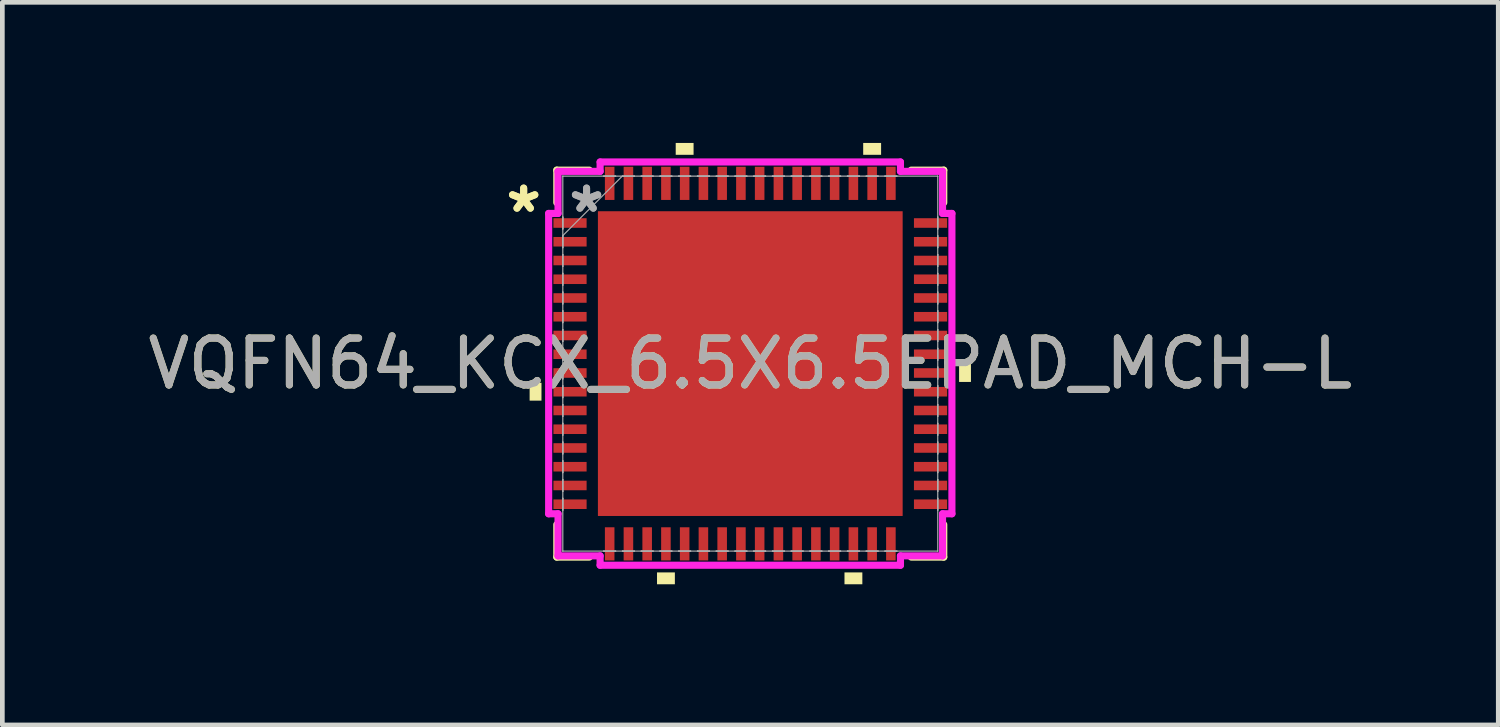
<source format=kicad_pcb>
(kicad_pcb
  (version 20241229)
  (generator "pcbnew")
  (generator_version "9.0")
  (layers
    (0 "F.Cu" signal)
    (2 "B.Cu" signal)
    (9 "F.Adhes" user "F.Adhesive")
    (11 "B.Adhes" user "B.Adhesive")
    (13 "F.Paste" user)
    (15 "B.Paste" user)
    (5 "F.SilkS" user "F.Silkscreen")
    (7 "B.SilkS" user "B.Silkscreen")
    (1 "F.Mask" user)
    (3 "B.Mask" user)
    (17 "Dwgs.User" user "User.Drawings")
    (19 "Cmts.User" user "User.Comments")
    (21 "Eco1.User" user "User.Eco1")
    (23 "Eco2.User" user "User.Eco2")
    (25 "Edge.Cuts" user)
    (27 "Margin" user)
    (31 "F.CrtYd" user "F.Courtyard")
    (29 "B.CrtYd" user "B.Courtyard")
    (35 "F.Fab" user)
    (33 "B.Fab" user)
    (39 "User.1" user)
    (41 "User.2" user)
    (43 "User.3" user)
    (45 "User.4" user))
  (footprint "VQFN64_KCX_6.5X6.5EPAD_MCH-L"
    (layer "F.Cu")
    (at 12.958 4.708)
    (property "Reference" "VQFN64_KCX_6.5X6.5EPAD_MCH-L" (at 0 0 0) (unlocked yes) (layer "F.SilkS") (effects (font (size 1 1) (thickness 0.15))))
    (attr smd)
    (fp_line (start -4.128 -4.128) (end -4.128 -3.435) (stroke (width 0.152) (type solid)) (layer "F.SilkS"))
    (fp_line (start -4.128 3.435) (end -4.128 4.128) (stroke (width 0.152) (type solid)) (layer "F.SilkS"))
    (fp_line (start -4.128 4.128) (end -3.435 4.128) (stroke (width 0.152) (type solid)) (layer "F.SilkS"))
    (fp_line (start -3.435 -4.128) (end -4.128 -4.128) (stroke (width 0.152) (type solid)) (layer "F.SilkS"))
    (fp_line (start 3.435 4.128) (end 4.128 4.128) (stroke (width 0.152) (type solid)) (layer "F.SilkS"))
    (fp_line (start 4.128 -4.128) (end 3.435 -4.128) (stroke (width 0.152) (type solid)) (layer "F.SilkS"))
    (fp_line (start 4.128 -3.435) (end 4.128 -4.128) (stroke (width 0.152) (type solid)) (layer "F.SilkS"))
    (fp_line (start 4.128 4.128) (end 4.128 3.435) (stroke (width 0.152) (type solid)) (layer "F.SilkS"))
    (fp_poly (pts (xy -4.708 0.409) (xy -4.708 0.79) (xy -4.455 0.79) (xy -4.455 0.409)) (stroke (width 0) (type solid)) (fill yes) (layer "F.SilkS"))
    (fp_poly (pts (xy -1.99 4.455) (xy -1.99 4.708) (xy -1.609 4.708) (xy -1.609 4.455)) (stroke (width 0) (type solid)) (fill yes) (layer "F.SilkS"))
    (fp_poly (pts (xy -1.591 -4.455) (xy -1.591 -4.708) (xy -1.21 -4.708) (xy -1.21 -4.455)) (stroke (width 0) (type solid)) (fill yes) (layer "F.SilkS"))
    (fp_poly (pts (xy 2.01 4.455) (xy 2.01 4.708) (xy 2.391 4.708) (xy 2.391 4.455)) (stroke (width 0) (type solid)) (fill yes) (layer "F.SilkS"))
    (fp_poly (pts (xy 2.409 -4.455) (xy 2.409 -4.708) (xy 2.791 -4.708) (xy 2.791 -4.455)) (stroke (width 0) (type solid)) (fill yes) (layer "F.SilkS"))
    (fp_poly (pts (xy 4.708 0.009) (xy 4.708 0.391) (xy 4.455 0.391) (xy 4.455 0.009)) (stroke (width 0) (type solid)) (fill yes) (layer "F.SilkS"))
    (fp_poly (pts (xy -3.151 -3.151) (xy -3.151 -2.051) (xy -2.051 -2.051) (xy -2.051 -3.151)) (stroke (width 0) (type solid)) (fill yes) (layer "F.Paste"))
    (fp_poly (pts (xy -3.151 -1.851) (xy -3.151 -0.75) (xy -2.051 -0.75) (xy -2.051 -1.851)) (stroke (width 0) (type solid)) (fill yes) (layer "F.Paste"))
    (fp_poly (pts (xy -3.151 -0.55) (xy -3.151 0.55) (xy -2.051 0.55) (xy -2.051 -0.55)) (stroke (width 0) (type solid)) (fill yes) (layer "F.Paste"))
    (fp_poly (pts (xy -3.151 0.75) (xy -3.151 1.851) (xy -2.051 1.851) (xy -2.051 0.75)) (stroke (width 0) (type solid)) (fill yes) (layer "F.Paste"))
    (fp_poly (pts (xy -3.151 2.051) (xy -3.151 3.151) (xy -2.051 3.151) (xy -2.051 2.051)) (stroke (width 0) (type solid)) (fill yes) (layer "F.Paste"))
    (fp_poly (pts (xy -1.851 -3.151) (xy -1.851 -2.051) (xy -0.75 -2.051) (xy -0.75 -3.151)) (stroke (width 0) (type solid)) (fill yes) (layer "F.Paste"))
    (fp_poly (pts (xy -1.851 -1.851) (xy -1.851 -0.75) (xy -0.75 -0.75) (xy -0.75 -1.851)) (stroke (width 0) (type solid)) (fill yes) (layer "F.Paste"))
    (fp_poly (pts (xy -1.851 -0.55) (xy -1.851 0.55) (xy -0.75 0.55) (xy -0.75 -0.55)) (stroke (width 0) (type solid)) (fill yes) (layer "F.Paste"))
    (fp_poly (pts (xy -1.851 0.75) (xy -1.851 1.851) (xy -0.75 1.851) (xy -0.75 0.75)) (stroke (width 0) (type solid)) (fill yes) (layer "F.Paste"))
    (fp_poly (pts (xy -1.851 2.051) (xy -1.851 3.151) (xy -0.75 3.151) (xy -0.75 2.051)) (stroke (width 0) (type solid)) (fill yes) (layer "F.Paste"))
    (fp_poly (pts (xy -0.55 -3.151) (xy -0.55 -2.051) (xy 0.55 -2.051) (xy 0.55 -3.151)) (stroke (width 0) (type solid)) (fill yes) (layer "F.Paste"))
    (fp_poly (pts (xy -0.55 -1.851) (xy -0.55 -0.75) (xy 0.55 -0.75) (xy 0.55 -1.851)) (stroke (width 0) (type solid)) (fill yes) (layer "F.Paste"))
    (fp_poly (pts (xy -0.55 -0.55) (xy -0.55 0.55) (xy 0.55 0.55) (xy 0.55 -0.55)) (stroke (width 0) (type solid)) (fill yes) (layer "F.Paste"))
    (fp_poly (pts (xy -0.55 0.75) (xy -0.55 1.851) (xy 0.55 1.851) (xy 0.55 0.75)) (stroke (width 0) (type solid)) (fill yes) (layer "F.Paste"))
    (fp_poly (pts (xy -0.55 2.051) (xy -0.55 3.151) (xy 0.55 3.151) (xy 0.55 2.051)) (stroke (width 0) (type solid)) (fill yes) (layer "F.Paste"))
    (fp_poly (pts (xy 0.75 -3.151) (xy 0.75 -2.051) (xy 1.851 -2.051) (xy 1.851 -3.151)) (stroke (width 0) (type solid)) (fill yes) (layer "F.Paste"))
    (fp_poly (pts (xy 0.75 -1.851) (xy 0.75 -0.75) (xy 1.851 -0.75) (xy 1.851 -1.851)) (stroke (width 0) (type solid)) (fill yes) (layer "F.Paste"))
    (fp_poly (pts (xy 0.75 -0.55) (xy 0.75 0.55) (xy 1.851 0.55) (xy 1.851 -0.55)) (stroke (width 0) (type solid)) (fill yes) (layer "F.Paste"))
    (fp_poly (pts (xy 0.75 0.75) (xy 0.75 1.851) (xy 1.851 1.851) (xy 1.851 0.75)) (stroke (width 0) (type solid)) (fill yes) (layer "F.Paste"))
    (fp_poly (pts (xy 0.75 2.051) (xy 0.75 3.151) (xy 1.851 3.151) (xy 1.851 2.051)) (stroke (width 0) (type solid)) (fill yes) (layer "F.Paste"))
    (fp_poly (pts (xy 2.051 -3.151) (xy 2.051 -2.051) (xy 3.151 -2.051) (xy 3.151 -3.151)) (stroke (width 0) (type solid)) (fill yes) (layer "F.Paste"))
    (fp_poly (pts (xy 2.051 -1.851) (xy 2.051 -0.75) (xy 3.151 -0.75) (xy 3.151 -1.851)) (stroke (width 0) (type solid)) (fill yes) (layer "F.Paste"))
    (fp_poly (pts (xy 2.051 -0.55) (xy 2.051 0.55) (xy 3.151 0.55) (xy 3.151 -0.55)) (stroke (width 0) (type solid)) (fill yes) (layer "F.Paste"))
    (fp_poly (pts (xy 2.051 0.75) (xy 2.051 1.851) (xy 3.151 1.851) (xy 3.151 0.75)) (stroke (width 0) (type solid)) (fill yes) (layer "F.Paste"))
    (fp_poly (pts (xy 2.051 2.051) (xy 2.051 3.151) (xy 3.151 3.151) (xy 3.151 2.051)) (stroke (width 0) (type solid)) (fill yes) (layer "F.Paste"))
    (fp_line (start -4.302 -3.204) (end -4.102 -3.204) (stroke (width 0.152) (type solid)) (layer "F.CrtYd"))
    (fp_line (start -4.302 3.204) (end -4.302 -3.204) (stroke (width 0.152) (type solid)) (layer "F.CrtYd"))
    (fp_line (start -4.102 -4.102) (end -3.204 -4.102) (stroke (width 0.152) (type solid)) (layer "F.CrtYd"))
    (fp_line (start -4.102 -3.204) (end -4.102 -4.102) (stroke (width 0.152) (type solid)) (layer "F.CrtYd"))
    (fp_line (start -4.102 3.204) (end -4.302 3.204) (stroke (width 0.152) (type solid)) (layer "F.CrtYd"))
    (fp_line (start -4.102 4.102) (end -4.102 3.204) (stroke (width 0.152) (type solid)) (layer "F.CrtYd"))
    (fp_line (start -3.204 -4.302) (end 3.204 -4.302) (stroke (width 0.152) (type solid)) (layer "F.CrtYd"))
    (fp_line (start -3.204 -4.102) (end -3.204 -4.302) (stroke (width 0.152) (type solid)) (layer "F.CrtYd"))
    (fp_line (start -3.204 4.102) (end -4.102 4.102) (stroke (width 0.152) (type solid)) (layer "F.CrtYd"))
    (fp_line (start -3.204 4.302) (end -3.204 4.102) (stroke (width 0.152) (type solid)) (layer "F.CrtYd"))
    (fp_line (start 3.204 -4.302) (end 3.204 -4.102) (stroke (width 0.152) (type solid)) (layer "F.CrtYd"))
    (fp_line (start 3.204 -4.102) (end 4.102 -4.102) (stroke (width 0.152) (type solid)) (layer "F.CrtYd"))
    (fp_line (start 3.204 4.102) (end 3.204 4.302) (stroke (width 0.152) (type solid)) (layer "F.CrtYd"))
    (fp_line (start 3.204 4.302) (end -3.204 4.302) (stroke (width 0.152) (type solid)) (layer "F.CrtYd"))
    (fp_line (start 4.102 -4.102) (end 4.102 -3.204) (stroke (width 0.152) (type solid)) (layer "F.CrtYd"))
    (fp_line (start 4.102 -3.204) (end 4.302 -3.204) (stroke (width 0.152) (type solid)) (layer "F.CrtYd"))
    (fp_line (start 4.102 3.204) (end 4.102 4.102) (stroke (width 0.152) (type solid)) (layer "F.CrtYd"))
    (fp_line (start 4.102 4.102) (end 3.204 4.102) (stroke (width 0.152) (type solid)) (layer "F.CrtYd"))
    (fp_line (start 4.302 -3.204) (end 4.302 3.204) (stroke (width 0.152) (type solid)) (layer "F.CrtYd"))
    (fp_line (start 4.302 3.204) (end 4.102 3.204) (stroke (width 0.152) (type solid)) (layer "F.CrtYd"))
    (fp_line (start -4 -4) (end -4 -4) (stroke (width 0.025) (type solid)) (layer "F.Fab"))
    (fp_line (start -4 -4) (end -4 4) (stroke (width 0.025) (type solid)) (layer "F.Fab"))
    (fp_line (start -4 -3.127) (end -4 -3.127) (stroke (width 0.025) (type solid)) (layer "F.Fab"))
    (fp_line (start -4 -3.127) (end -4 -2.873) (stroke (width 0.025) (type solid)) (layer "F.Fab"))
    (fp_line (start -4 -2.873) (end -4 -3.127) (stroke (width 0.025) (type solid)) (layer "F.Fab"))
    (fp_line (start -4 -2.873) (end -4 -2.873) (stroke (width 0.025) (type solid)) (layer "F.Fab"))
    (fp_line (start -4 -2.731) (end -2.731 -4) (stroke (width 0.025) (type solid)) (layer "F.Fab"))
    (fp_line (start -4 -2.727) (end -4 -2.727) (stroke (width 0.025) (type solid)) (layer "F.Fab"))
    (fp_line (start -4 -2.727) (end -4 -2.473) (stroke (width 0.025) (type solid)) (layer "F.Fab"))
    (fp_line (start -4 -2.473) (end -4 -2.727) (stroke (width 0.025) (type solid)) (layer "F.Fab"))
    (fp_line (start -4 -2.473) (end -4 -2.473) (stroke (width 0.025) (type solid)) (layer "F.Fab"))
    (fp_line (start -4 -2.327) (end -4 -2.327) (stroke (width 0.025) (type solid)) (layer "F.Fab"))
    (fp_line (start -4 -2.327) (end -4 -2.073) (stroke (width 0.025) (type solid)) (layer "F.Fab"))
    (fp_line (start -4 -2.073) (end -4 -2.327) (stroke (width 0.025) (type solid)) (layer "F.Fab"))
    (fp_line (start -4 -2.073) (end -4 -2.073) (stroke (width 0.025) (type solid)) (layer "F.Fab"))
    (fp_line (start -4 -1.927) (end -4 -1.927) (stroke (width 0.025) (type solid)) (layer "F.Fab"))
    (fp_line (start -4 -1.927) (end -4 -1.673) (stroke (width 0.025) (type solid)) (layer "F.Fab"))
    (fp_line (start -4 -1.673) (end -4 -1.927) (stroke (width 0.025) (type solid)) (layer "F.Fab"))
    (fp_line (start -4 -1.673) (end -4 -1.673) (stroke (width 0.025) (type solid)) (layer "F.Fab"))
    (fp_line (start -4 -1.527) (end -4 -1.527) (stroke (width 0.025) (type solid)) (layer "F.Fab"))
    (fp_line (start -4 -1.527) (end -4 -1.273) (stroke (width 0.025) (type solid)) (layer "F.Fab"))
    (fp_line (start -4 -1.273) (end -4 -1.527) (stroke (width 0.025) (type solid)) (layer "F.Fab"))
    (fp_line (start -4 -1.273) (end -4 -1.273) (stroke (width 0.025) (type solid)) (layer "F.Fab"))
    (fp_line (start -4 -1.127) (end -4 -1.127) (stroke (width 0.025) (type solid)) (layer "F.Fab"))
    (fp_line (start -4 -1.127) (end -4 -0.873) (stroke (width 0.025) (type solid)) (layer "F.Fab"))
    (fp_line (start -4 -0.873) (end -4 -1.127) (stroke (width 0.025) (type solid)) (layer "F.Fab"))
    (fp_line (start -4 -0.873) (end -4 -0.873) (stroke (width 0.025) (type solid)) (layer "F.Fab"))
    (fp_line (start -4 -0.727) (end -4 -0.727) (stroke (width 0.025) (type solid)) (layer "F.Fab"))
    (fp_line (start -4 -0.727) (end -4 -0.473) (stroke (width 0.025) (type solid)) (layer "F.Fab"))
    (fp_line (start -4 -0.473) (end -4 -0.727) (stroke (width 0.025) (type solid)) (layer "F.Fab"))
    (fp_line (start -4 -0.473) (end -4 -0.473) (stroke (width 0.025) (type solid)) (layer "F.Fab"))
    (fp_line (start -4 -0.327) (end -4 -0.327) (stroke (width 0.025) (type solid)) (layer "F.Fab"))
    (fp_line (start -4 -0.327) (end -4 -0.073) (stroke (width 0.025) (type solid)) (layer "F.Fab"))
    (fp_line (start -4 -0.073) (end -4 -0.327) (stroke (width 0.025) (type solid)) (layer "F.Fab"))
    (fp_line (start -4 -0.073) (end -4 -0.073) (stroke (width 0.025) (type solid)) (layer "F.Fab"))
    (fp_line (start -4 0.073) (end -4 0.073) (stroke (width 0.025) (type solid)) (layer "F.Fab"))
    (fp_line (start -4 0.073) (end -4 0.327) (stroke (width 0.025) (type solid)) (layer "F.Fab"))
    (fp_line (start -4 0.327) (end -4 0.073) (stroke (width 0.025) (type solid)) (layer "F.Fab"))
    (fp_line (start -4 0.327) (end -4 0.327) (stroke (width 0.025) (type solid)) (layer "F.Fab"))
    (fp_line (start -4 0.473) (end -4 0.473) (stroke (width 0.025) (type solid)) (layer "F.Fab"))
    (fp_line (start -4 0.473) (end -4 0.727) (stroke (width 0.025) (type solid)) (layer "F.Fab"))
    (fp_line (start -4 0.727) (end -4 0.473) (stroke (width 0.025) (type solid)) (layer "F.Fab"))
    (fp_line (start -4 0.727) (end -4 0.727) (stroke (width 0.025) (type solid)) (layer "F.Fab"))
    (fp_line (start -4 0.873) (end -4 0.873) (stroke (width 0.025) (type solid)) (layer "F.Fab"))
    (fp_line (start -4 0.873) (end -4 1.127) (stroke (width 0.025) (type solid)) (layer "F.Fab"))
    (fp_line (start -4 1.127) (end -4 0.873) (stroke (width 0.025) (type solid)) (layer "F.Fab"))
    (fp_line (start -4 1.127) (end -4 1.127) (stroke (width 0.025) (type solid)) (layer "F.Fab"))
    (fp_line (start -4 1.273) (end -4 1.273) (stroke (width 0.025) (type solid)) (layer "F.Fab"))
    (fp_line (start -4 1.273) (end -4 1.527) (stroke (width 0.025) (type solid)) (layer "F.Fab"))
    (fp_line (start -4 1.527) (end -4 1.273) (stroke (width 0.025) (type solid)) (layer "F.Fab"))
    (fp_line (start -4 1.527) (end -4 1.527) (stroke (width 0.025) (type solid)) (layer "F.Fab"))
    (fp_line (start -4 1.673) (end -4 1.673) (stroke (width 0.025) (type solid)) (layer "F.Fab"))
    (fp_line (start -4 1.673) (end -4 1.927) (stroke (width 0.025) (type solid)) (layer "F.Fab"))
    (fp_line (start -4 1.927) (end -4 1.673) (stroke (width 0.025) (type solid)) (layer "F.Fab"))
    (fp_line (start -4 1.927) (end -4 1.927) (stroke (width 0.025) (type solid)) (layer "F.Fab"))
    (fp_line (start -4 2.073) (end -4 2.073) (stroke (width 0.025) (type solid)) (layer "F.Fab"))
    (fp_line (start -4 2.073) (end -4 2.327) (stroke (width 0.025) (type solid)) (layer "F.Fab"))
    (fp_line (start -4 2.327) (end -4 2.073) (stroke (width 0.025) (type solid)) (layer "F.Fab"))
    (fp_line (start -4 2.327) (end -4 2.327) (stroke (width 0.025) (type solid)) (layer "F.Fab"))
    (fp_line (start -4 2.473) (end -4 2.473) (stroke (width 0.025) (type solid)) (layer "F.Fab"))
    (fp_line (start -4 2.473) (end -4 2.727) (stroke (width 0.025) (type solid)) (layer "F.Fab"))
    (fp_line (start -4 2.727) (end -4 2.473) (stroke (width 0.025) (type solid)) (layer "F.Fab"))
    (fp_line (start -4 2.727) (end -4 2.727) (stroke (width 0.025) (type solid)) (layer "F.Fab"))
    (fp_line (start -4 2.873) (end -4 2.873) (stroke (width 0.025) (type solid)) (layer "F.Fab"))
    (fp_line (start -4 2.873) (end -4 3.127) (stroke (width 0.025) (type solid)) (layer "F.Fab"))
    (fp_line (start -4 3.127) (end -4 2.873) (stroke (width 0.025) (type solid)) (layer "F.Fab"))
    (fp_line (start -4 3.127) (end -4 3.127) (stroke (width 0.025) (type solid)) (layer "F.Fab"))
    (fp_line (start -4 4) (end -4 4) (stroke (width 0.025) (type solid)) (layer "F.Fab"))
    (fp_line (start -4 4) (end 4 4) (stroke (width 0.025) (type solid)) (layer "F.Fab"))
    (fp_line (start -3.127 -4) (end -3.127 -4) (stroke (width 0.025) (type solid)) (layer "F.Fab"))
    (fp_line (start -3.127 -4) (end -2.873 -4) (stroke (width 0.025) (type solid)) (layer "F.Fab"))
    (fp_line (start -3.127 4) (end -3.127 4) (stroke (width 0.025) (type solid)) (layer "F.Fab"))
    (fp_line (start -3.127 4) (end -2.873 4) (stroke (width 0.025) (type solid)) (layer "F.Fab"))
    (fp_line (start -2.873 -4) (end -3.127 -4) (stroke (width 0.025) (type solid)) (layer "F.Fab"))
    (fp_line (start -2.873 -4) (end -2.873 -4) (stroke (width 0.025) (type solid)) (layer "F.Fab"))
    (fp_line (start -2.873 4) (end -3.127 4) (stroke (width 0.025) (type solid)) (layer "F.Fab"))
    (fp_line (start -2.873 4) (end -2.873 4) (stroke (width 0.025) (type solid)) (layer "F.Fab"))
    (fp_line (start -2.727 -4) (end -2.727 -4) (stroke (width 0.025) (type solid)) (layer "F.Fab"))
    (fp_line (start -2.727 -4) (end -2.473 -4) (stroke (width 0.025) (type solid)) (layer "F.Fab"))
    (fp_line (start -2.727 4) (end -2.727 4) (stroke (width 0.025) (type solid)) (layer "F.Fab"))
    (fp_line (start -2.727 4) (end -2.473 4) (stroke (width 0.025) (type solid)) (layer "F.Fab"))
    (fp_line (start -2.473 -4) (end -2.727 -4) (stroke (width 0.025) (type solid)) (layer "F.Fab"))
    (fp_line (start -2.473 -4) (end -2.473 -4) (stroke (width 0.025) (type solid)) (layer "F.Fab"))
    (fp_line (start -2.473 4) (end -2.727 4) (stroke (width 0.025) (type solid)) (layer "F.Fab"))
    (fp_line (start -2.473 4) (end -2.473 4) (stroke (width 0.025) (type solid)) (layer "F.Fab"))
    (fp_line (start -2.327 -4) (end -2.327 -4) (stroke (width 0.025) (type solid)) (layer "F.Fab"))
    (fp_line (start -2.327 -4) (end -2.073 -4) (stroke (width 0.025) (type solid)) (layer "F.Fab"))
    (fp_line (start -2.327 4) (end -2.327 4) (stroke (width 0.025) (type solid)) (layer "F.Fab"))
    (fp_line (start -2.327 4) (end -2.073 4) (stroke (width 0.025) (type solid)) (layer "F.Fab"))
    (fp_line (start -2.073 -4) (end -2.327 -4) (stroke (width 0.025) (type solid)) (layer "F.Fab"))
    (fp_line (start -2.073 -4) (end -2.073 -4) (stroke (width 0.025) (type solid)) (layer "F.Fab"))
    (fp_line (start -2.073 4) (end -2.327 4) (stroke (width 0.025) (type solid)) (layer "F.Fab"))
    (fp_line (start -2.073 4) (end -2.073 4) (stroke (width 0.025) (type solid)) (layer "F.Fab"))
    (fp_line (start -1.927 -4) (end -1.927 -4) (stroke (width 0.025) (type solid)) (layer "F.Fab"))
    (fp_line (start -1.927 -4) (end -1.673 -4) (stroke (width 0.025) (type solid)) (layer "F.Fab"))
    (fp_line (start -1.927 4) (end -1.927 4) (stroke (width 0.025) (type solid)) (layer "F.Fab"))
    (fp_line (start -1.927 4) (end -1.673 4) (stroke (width 0.025) (type solid)) (layer "F.Fab"))
    (fp_line (start -1.673 -4) (end -1.927 -4) (stroke (width 0.025) (type solid)) (layer "F.Fab"))
    (fp_line (start -1.673 -4) (end -1.673 -4) (stroke (width 0.025) (type solid)) (layer "F.Fab"))
    (fp_line (start -1.673 4) (end -1.927 4) (stroke (width 0.025) (type solid)) (layer "F.Fab"))
    (fp_line (start -1.673 4) (end -1.673 4) (stroke (width 0.025) (type solid)) (layer "F.Fab"))
    (fp_line (start -1.527 -4) (end -1.527 -4) (stroke (width 0.025) (type solid)) (layer "F.Fab"))
    (fp_line (start -1.527 -4) (end -1.273 -4) (stroke (width 0.025) (type solid)) (layer "F.Fab"))
    (fp_line (start -1.527 4) (end -1.527 4) (stroke (width 0.025) (type solid)) (layer "F.Fab"))
    (fp_line (start -1.527 4) (end -1.273 4) (stroke (width 0.025) (type solid)) (layer "F.Fab"))
    (fp_line (start -1.273 -4) (end -1.527 -4) (stroke (width 0.025) (type solid)) (layer "F.Fab"))
    (fp_line (start -1.273 -4) (end -1.273 -4) (stroke (width 0.025) (type solid)) (layer "F.Fab"))
    (fp_line (start -1.273 4) (end -1.527 4) (stroke (width 0.025) (type solid)) (layer "F.Fab"))
    (fp_line (start -1.273 4) (end -1.273 4) (stroke (width 0.025) (type solid)) (layer "F.Fab"))
    (fp_line (start -1.127 -4) (end -1.127 -4) (stroke (width 0.025) (type solid)) (layer "F.Fab"))
    (fp_line (start -1.127 -4) (end -0.873 -4) (stroke (width 0.025) (type solid)) (layer "F.Fab"))
    (fp_line (start -1.127 4) (end -1.127 4) (stroke (width 0.025) (type solid)) (layer "F.Fab"))
    (fp_line (start -1.127 4) (end -0.873 4) (stroke (width 0.025) (type solid)) (layer "F.Fab"))
    (fp_line (start -0.873 -4) (end -1.127 -4) (stroke (width 0.025) (type solid)) (layer "F.Fab"))
    (fp_line (start -0.873 -4) (end -0.873 -4) (stroke (width 0.025) (type solid)) (layer "F.Fab"))
    (fp_line (start -0.873 4) (end -1.127 4) (stroke (width 0.025) (type solid)) (layer "F.Fab"))
    (fp_line (start -0.873 4) (end -0.873 4) (stroke (width 0.025) (type solid)) (layer "F.Fab"))
    (fp_line (start -0.727 -4) (end -0.727 -4) (stroke (width 0.025) (type solid)) (layer "F.Fab"))
    (fp_line (start -0.727 -4) (end -0.473 -4) (stroke (width 0.025) (type solid)) (layer "F.Fab"))
    (fp_line (start -0.727 4) (end -0.727 4) (stroke (width 0.025) (type solid)) (layer "F.Fab"))
    (fp_line (start -0.727 4) (end -0.473 4) (stroke (width 0.025) (type solid)) (layer "F.Fab"))
    (fp_line (start -0.473 -4) (end -0.727 -4) (stroke (width 0.025) (type solid)) (layer "F.Fab"))
    (fp_line (start -0.473 -4) (end -0.473 -4) (stroke (width 0.025) (type solid)) (layer "F.Fab"))
    (fp_line (start -0.473 4) (end -0.727 4) (stroke (width 0.025) (type solid)) (layer "F.Fab"))
    (fp_line (start -0.473 4) (end -0.473 4) (stroke (width 0.025) (type solid)) (layer "F.Fab"))
    (fp_line (start -0.327 -4) (end -0.327 -4) (stroke (width 0.025) (type solid)) (layer "F.Fab"))
    (fp_line (start -0.327 -4) (end -0.073 -4) (stroke (width 0.025) (type solid)) (layer "F.Fab"))
    (fp_line (start -0.327 4) (end -0.327 4) (stroke (width 0.025) (type solid)) (layer "F.Fab"))
    (fp_line (start -0.327 4) (end -0.073 4) (stroke (width 0.025) (type solid)) (layer "F.Fab"))
    (fp_line (start -0.073 -4) (end -0.327 -4) (stroke (width 0.025) (type solid)) (layer "F.Fab"))
    (fp_line (start -0.073 -4) (end -0.073 -4) (stroke (width 0.025) (type solid)) (layer "F.Fab"))
    (fp_line (start -0.073 4) (end -0.327 4) (stroke (width 0.025) (type solid)) (layer "F.Fab"))
    (fp_line (start -0.073 4) (end -0.073 4) (stroke (width 0.025) (type solid)) (layer "F.Fab"))
    (fp_line (start 0.073 -4) (end 0.073 -4) (stroke (width 0.025) (type solid)) (layer "F.Fab"))
    (fp_line (start 0.073 -4) (end 0.327 -4) (stroke (width 0.025) (type solid)) (layer "F.Fab"))
    (fp_line (start 0.073 4) (end 0.073 4) (stroke (width 0.025) (type solid)) (layer "F.Fab"))
    (fp_line (start 0.073 4) (end 0.327 4) (stroke (width 0.025) (type solid)) (layer "F.Fab"))
    (fp_line (start 0.327 -4) (end 0.073 -4) (stroke (width 0.025) (type solid)) (layer "F.Fab"))
    (fp_line (start 0.327 -4) (end 0.327 -4) (stroke (width 0.025) (type solid)) (layer "F.Fab"))
    (fp_line (start 0.327 4) (end 0.073 4) (stroke (width 0.025) (type solid)) (layer "F.Fab"))
    (fp_line (start 0.327 4) (end 0.327 4) (stroke (width 0.025) (type solid)) (layer "F.Fab"))
    (fp_line (start 0.473 -4) (end 0.473 -4) (stroke (width 0.025) (type solid)) (layer "F.Fab"))
    (fp_line (start 0.473 -4) (end 0.727 -4) (stroke (width 0.025) (type solid)) (layer "F.Fab"))
    (fp_line (start 0.473 4) (end 0.473 4) (stroke (width 0.025) (type solid)) (layer "F.Fab"))
    (fp_line (start 0.473 4) (end 0.727 4) (stroke (width 0.025) (type solid)) (layer "F.Fab"))
    (fp_line (start 0.727 -4) (end 0.473 -4) (stroke (width 0.025) (type solid)) (layer "F.Fab"))
    (fp_line (start 0.727 -4) (end 0.727 -4) (stroke (width 0.025) (type solid)) (layer "F.Fab"))
    (fp_line (start 0.727 4) (end 0.473 4) (stroke (width 0.025) (type solid)) (layer "F.Fab"))
    (fp_line (start 0.727 4) (end 0.727 4) (stroke (width 0.025) (type solid)) (layer "F.Fab"))
    (fp_line (start 0.873 -4) (end 0.873 -4) (stroke (width 0.025) (type solid)) (layer "F.Fab"))
    (fp_line (start 0.873 -4) (end 1.127 -4) (stroke (width 0.025) (type solid)) (layer "F.Fab"))
    (fp_line (start 0.873 4) (end 0.873 4) (stroke (width 0.025) (type solid)) (layer "F.Fab"))
    (fp_line (start 0.873 4) (end 1.127 4) (stroke (width 0.025) (type solid)) (layer "F.Fab"))
    (fp_line (start 1.127 -4) (end 0.873 -4) (stroke (width 0.025) (type solid)) (layer "F.Fab"))
    (fp_line (start 1.127 -4) (end 1.127 -4) (stroke (width 0.025) (type solid)) (layer "F.Fab"))
    (fp_line (start 1.127 4) (end 0.873 4) (stroke (width 0.025) (type solid)) (layer "F.Fab"))
    (fp_line (start 1.127 4) (end 1.127 4) (stroke (width 0.025) (type solid)) (layer "F.Fab"))
    (fp_line (start 1.273 -4) (end 1.273 -4) (stroke (width 0.025) (type solid)) (layer "F.Fab"))
    (fp_line (start 1.273 -4) (end 1.527 -4) (stroke (width 0.025) (type solid)) (layer "F.Fab"))
    (fp_line (start 1.273 4) (end 1.273 4) (stroke (width 0.025) (type solid)) (layer "F.Fab"))
    (fp_line (start 1.273 4) (end 1.527 4) (stroke (width 0.025) (type solid)) (layer "F.Fab"))
    (fp_line (start 1.527 -4) (end 1.273 -4) (stroke (width 0.025) (type solid)) (layer "F.Fab"))
    (fp_line (start 1.527 -4) (end 1.527 -4) (stroke (width 0.025) (type solid)) (layer "F.Fab"))
    (fp_line (start 1.527 4) (end 1.273 4) (stroke (width 0.025) (type solid)) (layer "F.Fab"))
    (fp_line (start 1.527 4) (end 1.527 4) (stroke (width 0.025) (type solid)) (layer "F.Fab"))
    (fp_line (start 1.673 -4) (end 1.673 -4) (stroke (width 0.025) (type solid)) (layer "F.Fab"))
    (fp_line (start 1.673 -4) (end 1.927 -4) (stroke (width 0.025) (type solid)) (layer "F.Fab"))
    (fp_line (start 1.673 4) (end 1.673 4) (stroke (width 0.025) (type solid)) (layer "F.Fab"))
    (fp_line (start 1.673 4) (end 1.927 4) (stroke (width 0.025) (type solid)) (layer "F.Fab"))
    (fp_line (start 1.927 -4) (end 1.673 -4) (stroke (width 0.025) (type solid)) (layer "F.Fab"))
    (fp_line (start 1.927 -4) (end 1.927 -4) (stroke (width 0.025) (type solid)) (layer "F.Fab"))
    (fp_line (start 1.927 4) (end 1.673 4) (stroke (width 0.025) (type solid)) (layer "F.Fab"))
    (fp_line (start 1.927 4) (end 1.927 4) (stroke (width 0.025) (type solid)) (layer "F.Fab"))
    (fp_line (start 2.073 -4) (end 2.073 -4) (stroke (width 0.025) (type solid)) (layer "F.Fab"))
    (fp_line (start 2.073 -4) (end 2.327 -4) (stroke (width 0.025) (type solid)) (layer "F.Fab"))
    (fp_line (start 2.073 4) (end 2.073 4) (stroke (width 0.025) (type solid)) (layer "F.Fab"))
    (fp_line (start 2.073 4) (end 2.327 4) (stroke (width 0.025) (type solid)) (layer "F.Fab"))
    (fp_line (start 2.327 -4) (end 2.073 -4) (stroke (width 0.025) (type solid)) (layer "F.Fab"))
    (fp_line (start 2.327 -4) (end 2.327 -4) (stroke (width 0.025) (type solid)) (layer "F.Fab"))
    (fp_line (start 2.327 4) (end 2.073 4) (stroke (width 0.025) (type solid)) (layer "F.Fab"))
    (fp_line (start 2.327 4) (end 2.327 4) (stroke (width 0.025) (type solid)) (layer "F.Fab"))
    (fp_line (start 2.473 -4) (end 2.473 -4) (stroke (width 0.025) (type solid)) (layer "F.Fab"))
    (fp_line (start 2.473 -4) (end 2.727 -4) (stroke (width 0.025) (type solid)) (layer "F.Fab"))
    (fp_line (start 2.473 4) (end 2.473 4) (stroke (width 0.025) (type solid)) (layer "F.Fab"))
    (fp_line (start 2.473 4) (end 2.727 4) (stroke (width 0.025) (type solid)) (layer "F.Fab"))
    (fp_line (start 2.727 -4) (end 2.473 -4) (stroke (width 0.025) (type solid)) (layer "F.Fab"))
    (fp_line (start 2.727 -4) (end 2.727 -4) (stroke (width 0.025) (type solid)) (layer "F.Fab"))
    (fp_line (start 2.727 4) (end 2.473 4) (stroke (width 0.025) (type solid)) (layer "F.Fab"))
    (fp_line (start 2.727 4) (end 2.727 4) (stroke (width 0.025) (type solid)) (layer "F.Fab"))
    (fp_line (start 2.873 -4) (end 2.873 -4) (stroke (width 0.025) (type solid)) (layer "F.Fab"))
    (fp_line (start 2.873 -4) (end 3.127 -4) (stroke (width 0.025) (type solid)) (layer "F.Fab"))
    (fp_line (start 2.873 4) (end 2.873 4) (stroke (width 0.025) (type solid)) (layer "F.Fab"))
    (fp_line (start 2.873 4) (end 3.127 4) (stroke (width 0.025) (type solid)) (layer "F.Fab"))
    (fp_line (start 3.127 -4) (end 2.873 -4) (stroke (width 0.025) (type solid)) (layer "F.Fab"))
    (fp_line (start 3.127 -4) (end 3.127 -4) (stroke (width 0.025) (type solid)) (layer "F.Fab"))
    (fp_line (start 3.127 4) (end 2.873 4) (stroke (width 0.025) (type solid)) (layer "F.Fab"))
    (fp_line (start 3.127 4) (end 3.127 4) (stroke (width 0.025) (type solid)) (layer "F.Fab"))
    (fp_line (start 4 -4) (end -4 -4) (stroke (width 0.025) (type solid)) (layer "F.Fab"))
    (fp_line (start 4 -4) (end 4 -4) (stroke (width 0.025) (type solid)) (layer "F.Fab"))
    (fp_line (start 4 -3.127) (end 4 -3.127) (stroke (width 0.025) (type solid)) (layer "F.Fab"))
    (fp_line (start 4 -3.127) (end 4 -2.873) (stroke (width 0.025) (type solid)) (layer "F.Fab"))
    (fp_line (start 4 -2.873) (end 4 -3.127) (stroke (width 0.025) (type solid)) (layer "F.Fab"))
    (fp_line (start 4 -2.873) (end 4 -2.873) (stroke (width 0.025) (type solid)) (layer "F.Fab"))
    (fp_line (start 4 -2.727) (end 4 -2.727) (stroke (width 0.025) (type solid)) (layer "F.Fab"))
    (fp_line (start 4 -2.727) (end 4 -2.473) (stroke (width 0.025) (type solid)) (layer "F.Fab"))
    (fp_line (start 4 -2.473) (end 4 -2.727) (stroke (width 0.025) (type solid)) (layer "F.Fab"))
    (fp_line (start 4 -2.473) (end 4 -2.473) (stroke (width 0.025) (type solid)) (layer "F.Fab"))
    (fp_line (start 4 -2.327) (end 4 -2.327) (stroke (width 0.025) (type solid)) (layer "F.Fab"))
    (fp_line (start 4 -2.327) (end 4 -2.073) (stroke (width 0.025) (type solid)) (layer "F.Fab"))
    (fp_line (start 4 -2.073) (end 4 -2.327) (stroke (width 0.025) (type solid)) (layer "F.Fab"))
    (fp_line (start 4 -2.073) (end 4 -2.073) (stroke (width 0.025) (type solid)) (layer "F.Fab"))
    (fp_line (start 4 -1.927) (end 4 -1.927) (stroke (width 0.025) (type solid)) (layer "F.Fab"))
    (fp_line (start 4 -1.927) (end 4 -1.673) (stroke (width 0.025) (type solid)) (layer "F.Fab"))
    (fp_line (start 4 -1.673) (end 4 -1.927) (stroke (width 0.025) (type solid)) (layer "F.Fab"))
    (fp_line (start 4 -1.673) (end 4 -1.673) (stroke (width 0.025) (type solid)) (layer "F.Fab"))
    (fp_line (start 4 -1.527) (end 4 -1.527) (stroke (width 0.025) (type solid)) (layer "F.Fab"))
    (fp_line (start 4 -1.527) (end 4 -1.273) (stroke (width 0.025) (type solid)) (layer "F.Fab"))
    (fp_line (start 4 -1.273) (end 4 -1.527) (stroke (width 0.025) (type solid)) (layer "F.Fab"))
    (fp_line (start 4 -1.273) (end 4 -1.273) (stroke (width 0.025) (type solid)) (layer "F.Fab"))
    (fp_line (start 4 -1.127) (end 4 -1.127) (stroke (width 0.025) (type solid)) (layer "F.Fab"))
    (fp_line (start 4 -1.127) (end 4 -0.873) (stroke (width 0.025) (type solid)) (layer "F.Fab"))
    (fp_line (start 4 -0.873) (end 4 -1.127) (stroke (width 0.025) (type solid)) (layer "F.Fab"))
    (fp_line (start 4 -0.873) (end 4 -0.873) (stroke (width 0.025) (type solid)) (layer "F.Fab"))
    (fp_line (start 4 -0.727) (end 4 -0.727) (stroke (width 0.025) (type solid)) (layer "F.Fab"))
    (fp_line (start 4 -0.727) (end 4 -0.473) (stroke (width 0.025) (type solid)) (layer "F.Fab"))
    (fp_line (start 4 -0.473) (end 4 -0.727) (stroke (width 0.025) (type solid)) (layer "F.Fab"))
    (fp_line (start 4 -0.473) (end 4 -0.473) (stroke (width 0.025) (type solid)) (layer "F.Fab"))
    (fp_line (start 4 -0.327) (end 4 -0.327) (stroke (width 0.025) (type solid)) (layer "F.Fab"))
    (fp_line (start 4 -0.327) (end 4 -0.073) (stroke (width 0.025) (type solid)) (layer "F.Fab"))
    (fp_line (start 4 -0.073) (end 4 -0.327) (stroke (width 0.025) (type solid)) (layer "F.Fab"))
    (fp_line (start 4 -0.073) (end 4 -0.073) (stroke (width 0.025) (type solid)) (layer "F.Fab"))
    (fp_line (start 4 0.073) (end 4 0.073) (stroke (width 0.025) (type solid)) (layer "F.Fab"))
    (fp_line (start 4 0.073) (end 4 0.327) (stroke (width 0.025) (type solid)) (layer "F.Fab"))
    (fp_line (start 4 0.327) (end 4 0.073) (stroke (width 0.025) (type solid)) (layer "F.Fab"))
    (fp_line (start 4 0.327) (end 4 0.327) (stroke (width 0.025) (type solid)) (layer "F.Fab"))
    (fp_line (start 4 0.473) (end 4 0.473) (stroke (width 0.025) (type solid)) (layer "F.Fab"))
    (fp_line (start 4 0.473) (end 4 0.727) (stroke (width 0.025) (type solid)) (layer "F.Fab"))
    (fp_line (start 4 0.727) (end 4 0.473) (stroke (width 0.025) (type solid)) (layer "F.Fab"))
    (fp_line (start 4 0.727) (end 4 0.727) (stroke (width 0.025) (type solid)) (layer "F.Fab"))
    (fp_line (start 4 0.873) (end 4 0.873) (stroke (width 0.025) (type solid)) (layer "F.Fab"))
    (fp_line (start 4 0.873) (end 4 1.127) (stroke (width 0.025) (type solid)) (layer "F.Fab"))
    (fp_line (start 4 1.127) (end 4 0.873) (stroke (width 0.025) (type solid)) (layer "F.Fab"))
    (fp_line (start 4 1.127) (end 4 1.127) (stroke (width 0.025) (type solid)) (layer "F.Fab"))
    (fp_line (start 4 1.273) (end 4 1.273) (stroke (width 0.025) (type solid)) (layer "F.Fab"))
    (fp_line (start 4 1.273) (end 4 1.527) (stroke (width 0.025) (type solid)) (layer "F.Fab"))
    (fp_line (start 4 1.527) (end 4 1.273) (stroke (width 0.025) (type solid)) (layer "F.Fab"))
    (fp_line (start 4 1.527) (end 4 1.527) (stroke (width 0.025) (type solid)) (layer "F.Fab"))
    (fp_line (start 4 1.673) (end 4 1.673) (stroke (width 0.025) (type solid)) (layer "F.Fab"))
    (fp_line (start 4 1.673) (end 4 1.927) (stroke (width 0.025) (type solid)) (layer "F.Fab"))
    (fp_line (start 4 1.927) (end 4 1.673) (stroke (width 0.025) (type solid)) (layer "F.Fab"))
    (fp_line (start 4 1.927) (end 4 1.927) (stroke (width 0.025) (type solid)) (layer "F.Fab"))
    (fp_line (start 4 2.073) (end 4 2.073) (stroke (width 0.025) (type solid)) (layer "F.Fab"))
    (fp_line (start 4 2.073) (end 4 2.327) (stroke (width 0.025) (type solid)) (layer "F.Fab"))
    (fp_line (start 4 2.327) (end 4 2.073) (stroke (width 0.025) (type solid)) (layer "F.Fab"))
    (fp_line (start 4 2.327) (end 4 2.327) (stroke (width 0.025) (type solid)) (layer "F.Fab"))
    (fp_line (start 4 2.473) (end 4 2.473) (stroke (width 0.025) (type solid)) (layer "F.Fab"))
    (fp_line (start 4 2.473) (end 4 2.727) (stroke (width 0.025) (type solid)) (layer "F.Fab"))
    (fp_line (start 4 2.727) (end 4 2.473) (stroke (width 0.025) (type solid)) (layer "F.Fab"))
    (fp_line (start 4 2.727) (end 4 2.727) (stroke (width 0.025) (type solid)) (layer "F.Fab"))
    (fp_line (start 4 2.873) (end 4 2.873) (stroke (width 0.025) (type solid)) (layer "F.Fab"))
    (fp_line (start 4 2.873) (end 4 3.127) (stroke (width 0.025) (type solid)) (layer "F.Fab"))
    (fp_line (start 4 3.127) (end 4 2.873) (stroke (width 0.025) (type solid)) (layer "F.Fab"))
    (fp_line (start 4 3.127) (end 4 3.127) (stroke (width 0.025) (type solid)) (layer "F.Fab"))
    (fp_line (start 4 4) (end 4 -4) (stroke (width 0.025) (type solid)) (layer "F.Fab"))
    (fp_line (start 4 4) (end 4 4) (stroke (width 0.025) (type solid)) (layer "F.Fab"))
    (fp_text user "*" (at -4.835 -3.2 0) (layer "F.SilkS") (effects (font (size 1 1) (thickness 0.15))))
    (fp_text user "*" (at -4.835 -3.2 0) (unlocked yes) (layer "F.SilkS") (effects (font (size 1 1) (thickness 0.15))))
    (fp_text user "*" (at -3.493 -3.2 0) (layer "F.Fab") (effects (font (size 1 1) (thickness 0.15))))
    (fp_text user "*" (at -3.493 -3.2 0) (unlocked yes) (layer "F.Fab") (effects (font (size 1 1) (thickness 0.15))))
    (fp_text user "${REFERENCE}" (at 0 0 0) (unlocked yes) (layer "F.Fab") (effects (font (size 1 1) (thickness 0.15))))
    (pad "1" smd rect (at -3.846 -3 90) (size 0.204 0.708) (layers "F.Cu" "F.Mask" "F.Paste"))
    (pad "2" smd rect (at -3.846 -2.6 90) (size 0.204 0.708) (layers "F.Cu" "F.Mask" "F.Paste"))
    (pad "3" smd rect (at -3.846 -2.2 90) (size 0.204 0.708) (layers "F.Cu" "F.Mask" "F.Paste"))
    (pad "4" smd rect (at -3.846 -1.8 90) (size 0.204 0.708) (layers "F.Cu" "F.Mask" "F.Paste"))
    (pad "5" smd rect (at -3.846 -1.4 90) (size 0.204 0.708) (layers "F.Cu" "F.Mask" "F.Paste"))
    (pad "6" smd rect (at -3.846 -1 90) (size 0.204 0.708) (layers "F.Cu" "F.Mask" "F.Paste"))
    (pad "7" smd rect (at -3.846 -0.6 90) (size 0.204 0.708) (layers "F.Cu" "F.Mask" "F.Paste"))
    (pad "8" smd rect (at -3.846 -0.2 90) (size 0.204 0.708) (layers "F.Cu" "F.Mask" "F.Paste"))
    (pad "9" smd rect (at -3.846 0.2 90) (size 0.204 0.708) (layers "F.Cu" "F.Mask" "F.Paste"))
    (pad "10" smd rect (at -3.846 0.6 90) (size 0.204 0.708) (layers "F.Cu" "F.Mask" "F.Paste"))
    (pad "11" smd rect (at -3.846 1 90) (size 0.204 0.708) (layers "F.Cu" "F.Mask" "F.Paste"))
    (pad "12" smd rect (at -3.846 1.4 90) (size 0.204 0.708) (layers "F.Cu" "F.Mask" "F.Paste"))
    (pad "13" smd rect (at -3.846 1.8 90) (size 0.204 0.708) (layers "F.Cu" "F.Mask" "F.Paste"))
    (pad "14" smd rect (at -3.846 2.2 90) (size 0.204 0.708) (layers "F.Cu" "F.Mask" "F.Paste"))
    (pad "15" smd rect (at -3.846 2.6 90) (size 0.204 0.708) (layers "F.Cu" "F.Mask" "F.Paste"))
    (pad "16" smd rect (at -3.846 3 90) (size 0.204 0.708) (layers "F.Cu" "F.Mask" "F.Paste"))
    (pad "17" smd rect (at -3 3.846) (size 0.204 0.708) (layers "F.Cu" "F.Mask" "F.Paste"))
    (pad "18" smd rect (at -2.6 3.846) (size 0.204 0.708) (layers "F.Cu" "F.Mask" "F.Paste"))
    (pad "19" smd rect (at -2.2 3.846) (size 0.204 0.708) (layers "F.Cu" "F.Mask" "F.Paste"))
    (pad "20" smd rect (at -1.8 3.846) (size 0.204 0.708) (layers "F.Cu" "F.Mask" "F.Paste"))
    (pad "21" smd rect (at -1.4 3.846) (size 0.204 0.708) (layers "F.Cu" "F.Mask" "F.Paste"))
    (pad "22" smd rect (at -1 3.846) (size 0.204 0.708) (layers "F.Cu" "F.Mask" "F.Paste"))
    (pad "23" smd rect (at -0.6 3.846) (size 0.204 0.708) (layers "F.Cu" "F.Mask" "F.Paste"))
    (pad "24" smd rect (at -0.2 3.846) (size 0.204 0.708) (layers "F.Cu" "F.Mask" "F.Paste"))
    (pad "25" smd rect (at 0.2 3.846) (size 0.204 0.708) (layers "F.Cu" "F.Mask" "F.Paste"))
    (pad "26" smd rect (at 0.6 3.846) (size 0.204 0.708) (layers "F.Cu" "F.Mask" "F.Paste"))
    (pad "27" smd rect (at 1 3.846) (size 0.204 0.708) (layers "F.Cu" "F.Mask" "F.Paste"))
    (pad "28" smd rect (at 1.4 3.846) (size 0.204 0.708) (layers "F.Cu" "F.Mask" "F.Paste"))
    (pad "29" smd rect (at 1.8 3.846) (size 0.204 0.708) (layers "F.Cu" "F.Mask" "F.Paste"))
    (pad "30" smd rect (at 2.2 3.846) (size 0.204 0.708) (layers "F.Cu" "F.Mask" "F.Paste"))
    (pad "31" smd rect (at 2.6 3.846) (size 0.204 0.708) (layers "F.Cu" "F.Mask" "F.Paste"))
    (pad "32" smd rect (at 3 3.846) (size 0.204 0.708) (layers "F.Cu" "F.Mask" "F.Paste"))
    (pad "33" smd rect (at 3.846 3 90) (size 0.204 0.708) (layers "F.Cu" "F.Mask" "F.Paste"))
    (pad "34" smd rect (at 3.846 2.6 90) (size 0.204 0.708) (layers "F.Cu" "F.Mask" "F.Paste"))
    (pad "35" smd rect (at 3.846 2.2 90) (size 0.204 0.708) (layers "F.Cu" "F.Mask" "F.Paste"))
    (pad "36" smd rect (at 3.846 1.8 90) (size 0.204 0.708) (layers "F.Cu" "F.Mask" "F.Paste"))
    (pad "37" smd rect (at 3.846 1.4 90) (size 0.204 0.708) (layers "F.Cu" "F.Mask" "F.Paste"))
    (pad "38" smd rect (at 3.846 1 90) (size 0.204 0.708) (layers "F.Cu" "F.Mask" "F.Paste"))
    (pad "39" smd rect (at 3.846 0.6 90) (size 0.204 0.708) (layers "F.Cu" "F.Mask" "F.Paste"))
    (pad "40" smd rect (at 3.846 0.2 90) (size 0.204 0.708) (layers "F.Cu" "F.Mask" "F.Paste"))
    (pad "41" smd rect (at 3.846 -0.2 90) (size 0.204 0.708) (layers "F.Cu" "F.Mask" "F.Paste"))
    (pad "42" smd rect (at 3.846 -0.6 90) (size 0.204 0.708) (layers "F.Cu" "F.Mask" "F.Paste"))
    (pad "43" smd rect (at 3.846 -1 90) (size 0.204 0.708) (layers "F.Cu" "F.Mask" "F.Paste"))
    (pad "44" smd rect (at 3.846 -1.4 90) (size 0.204 0.708) (layers "F.Cu" "F.Mask" "F.Paste"))
    (pad "45" smd rect (at 3.846 -1.8 90) (size 0.204 0.708) (layers "F.Cu" "F.Mask" "F.Paste"))
    (pad "46" smd rect (at 3.846 -2.2 90) (size 0.204 0.708) (layers "F.Cu" "F.Mask" "F.Paste"))
    (pad "47" smd rect (at 3.846 -2.6 90) (size 0.204 0.708) (layers "F.Cu" "F.Mask" "F.Paste"))
    (pad "48" smd rect (at 3.846 -3 90) (size 0.204 0.708) (layers "F.Cu" "F.Mask" "F.Paste"))
    (pad "49" smd rect (at 3 -3.846) (size 0.204 0.708) (layers "F.Cu" "F.Mask" "F.Paste"))
    (pad "50" smd rect (at 2.6 -3.846) (size 0.204 0.708) (layers "F.Cu" "F.Mask" "F.Paste"))
    (pad "51" smd rect (at 2.2 -3.846) (size 0.204 0.708) (layers "F.Cu" "F.Mask" "F.Paste"))
    (pad "52" smd rect (at 1.8 -3.846) (size 0.204 0.708) (layers "F.Cu" "F.Mask" "F.Paste"))
    (pad "53" smd rect (at 1.4 -3.846) (size 0.204 0.708) (layers "F.Cu" "F.Mask" "F.Paste"))
    (pad "54" smd rect (at 1 -3.846) (size 0.204 0.708) (layers "F.Cu" "F.Mask" "F.Paste"))
    (pad "55" smd rect (at 0.6 -3.846) (size 0.204 0.708) (layers "F.Cu" "F.Mask" "F.Paste"))
    (pad "56" smd rect (at 0.2 -3.846) (size 0.204 0.708) (layers "F.Cu" "F.Mask" "F.Paste"))
    (pad "57" smd rect (at -0.2 -3.846) (size 0.204 0.708) (layers "F.Cu" "F.Mask" "F.Paste"))
    (pad "58" smd rect (at -0.6 -3.846) (size 0.204 0.708) (layers "F.Cu" "F.Mask" "F.Paste"))
    (pad "59" smd rect (at -1 -3.846) (size 0.204 0.708) (layers "F.Cu" "F.Mask" "F.Paste"))
    (pad "60" smd rect (at -1.4 -3.846) (size 0.204 0.708) (layers "F.Cu" "F.Mask" "F.Paste"))
    (pad "61" smd rect (at -1.8 -3.846) (size 0.204 0.708) (layers "F.Cu" "F.Mask" "F.Paste"))
    (pad "62" smd rect (at -2.2 -3.846) (size 0.204 0.708) (layers "F.Cu" "F.Mask" "F.Paste"))
    (pad "63" smd rect (at -2.6 -3.846) (size 0.204 0.708) (layers "F.Cu" "F.Mask" "F.Paste"))
    (pad "64" smd rect (at -3 -3.846) (size 0.204 0.708) (layers "F.Cu" "F.Mask" "F.Paste"))
    (pad "EP" smd rect (at 0 0) (size 6.502 6.502) (layers "F.Cu" "F.Mask" "F.Paste")))
  (gr_rect
    (start -3 -3)
    (end 28.917 12.417)
    (stroke (width 0.1) (type default))
    (fill no)
    (layer "Edge.Cuts")))
</source>
